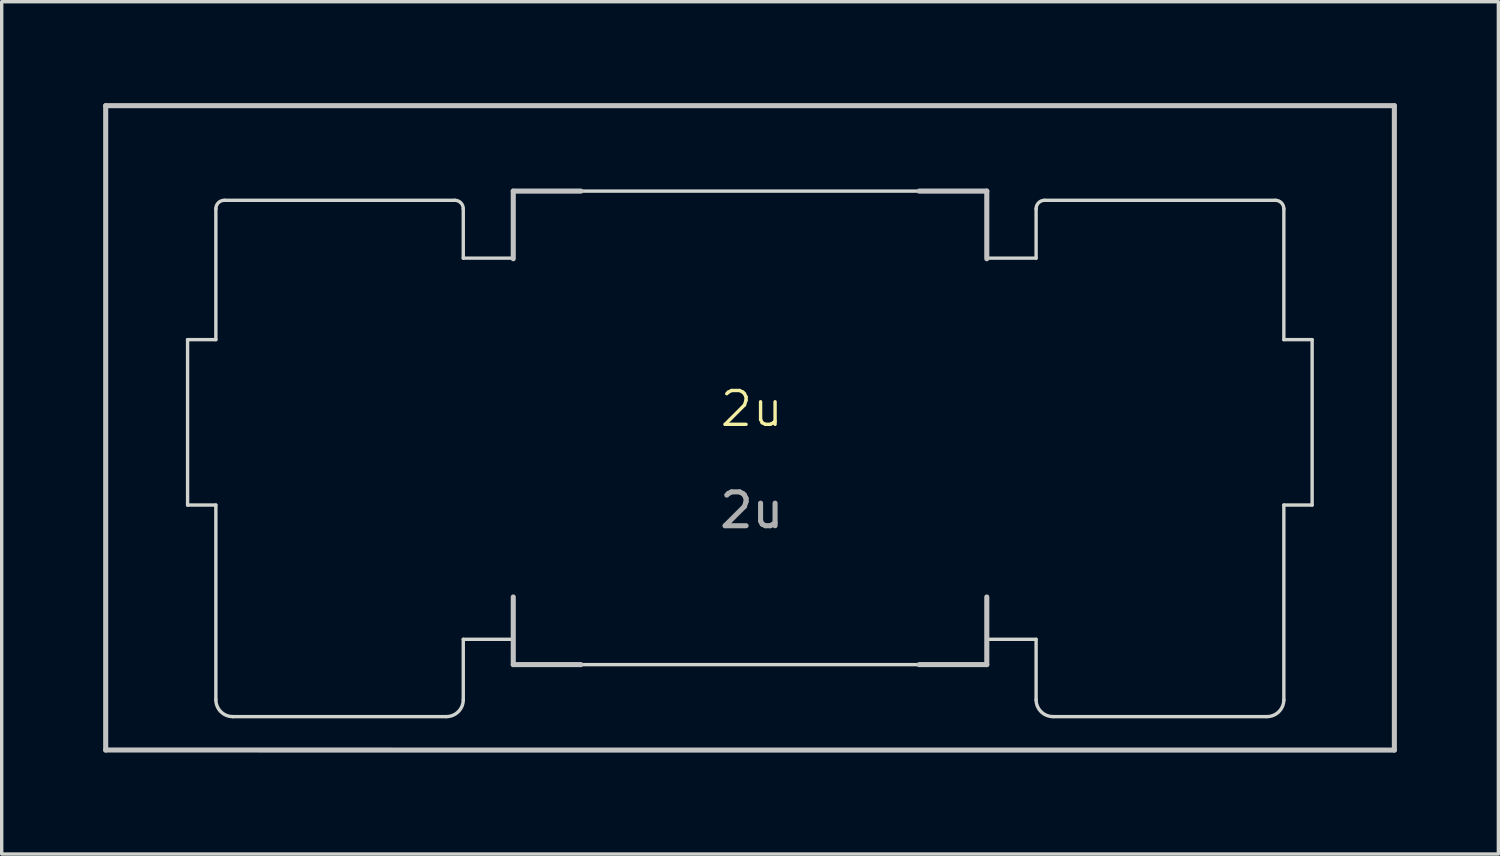
<source format=kicad_pcb>
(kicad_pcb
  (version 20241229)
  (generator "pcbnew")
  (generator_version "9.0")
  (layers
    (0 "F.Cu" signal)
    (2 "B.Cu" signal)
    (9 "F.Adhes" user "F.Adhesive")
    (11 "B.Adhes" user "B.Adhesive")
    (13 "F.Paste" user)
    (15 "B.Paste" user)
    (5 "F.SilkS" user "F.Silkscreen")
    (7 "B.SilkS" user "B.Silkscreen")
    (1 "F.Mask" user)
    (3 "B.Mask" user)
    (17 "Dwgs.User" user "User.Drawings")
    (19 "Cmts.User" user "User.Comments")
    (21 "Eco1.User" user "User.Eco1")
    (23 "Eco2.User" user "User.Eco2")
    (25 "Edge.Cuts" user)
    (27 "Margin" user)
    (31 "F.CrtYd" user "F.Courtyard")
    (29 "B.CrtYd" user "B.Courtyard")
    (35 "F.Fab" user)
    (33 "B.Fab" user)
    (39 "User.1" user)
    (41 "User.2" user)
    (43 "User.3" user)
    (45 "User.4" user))
  (footprint "2u"
    (layer "F.Cu")
    (at 19.175 9.538)
    (property "Reference" "2u" (at 0 -0.5 0) (unlocked yes) (layer "F.SilkS") (effects (font (size 1 1) (thickness 0.1))))
    (attr smd)
    (fp_line (start -19.1 9.587) (end -19.1 -9.463) (stroke (width 0.15) (type solid)) (layer "Dwgs.User"))
    (fp_line (start -7.05 -6.938) (end -7.05 -4.938) (stroke (width 0.15) (type solid)) (layer "Dwgs.User"))
    (fp_line (start -7.05 5.062) (end -7.05 7.062) (stroke (width 0.15) (type solid)) (layer "Dwgs.User"))
    (fp_line (start -7.05 7.062) (end -5.05 7.062) (stroke (width 0.15) (type solid)) (layer "Dwgs.User"))
    (fp_line (start -5.05 -6.938) (end -7.05 -6.938) (stroke (width 0.15) (type solid)) (layer "Dwgs.User"))
    (fp_line (start 4.95 -6.938) (end 6.95 -6.938) (stroke (width 0.15) (type solid)) (layer "Dwgs.User"))
    (fp_line (start 4.95 7.062) (end 6.95 7.062) (stroke (width 0.15) (type solid)) (layer "Dwgs.User"))
    (fp_line (start 6.95 -6.938) (end 6.95 -4.938) (stroke (width 0.15) (type solid)) (layer "Dwgs.User"))
    (fp_line (start 6.95 7.062) (end 6.95 5.062) (stroke (width 0.15) (type solid)) (layer "Dwgs.User"))
    (fp_line (start 19 9.588) (end -19.1 9.587) (stroke (width 0.15) (type solid)) (layer "Dwgs.User"))
    (fp_line (start 19 9.588) (end 19 -9.463) (stroke (width 0.15) (type solid)) (layer "Dwgs.User"))
    (fp_line (start 19 -9.463) (end -19.1 -9.463) (stroke (width 0.15) (type solid)) (layer "Dwgs.User"))
    (fp_curve (pts (xy -16.679 -2.546) (xy -16.679 -2.546) (xy -15.843 -2.546) (xy -15.843 -2.546)) (stroke (width 0.1) (type solid)) (layer "Edge.Cuts"))
    (fp_curve (pts (xy -16.679 2.344) (xy -16.679 2.344) (xy -16.679 -2.546) (xy -16.679 -2.546)) (stroke (width 0.1) (type solid)) (layer "Edge.Cuts"))
    (fp_curve (pts (xy -15.843 -6.416) (xy -15.843 -6.554) (xy -15.731 -6.666) (xy -15.593 -6.666)) (stroke (width 0.1) (type solid)) (layer "Edge.Cuts"))
    (fp_curve (pts (xy -15.843 -2.546) (xy -15.843 -2.546) (xy -15.843 -6.416) (xy -15.843 -6.416)) (stroke (width 0.1) (type solid)) (layer "Edge.Cuts"))
    (fp_curve (pts (xy -15.843 2.344) (xy -15.843 2.344) (xy -16.679 2.344) (xy -16.679 2.344)) (stroke (width 0.1) (type solid)) (layer "Edge.Cuts"))
    (fp_curve (pts (xy -15.843 8.099) (xy -15.843 8.099) (xy -15.843 2.344) (xy -15.843 2.344)) (stroke (width 0.1) (type solid)) (layer "Edge.Cuts"))
    (fp_curve (pts (xy -15.593 -6.666) (xy -15.593 -6.666) (xy -8.778 -6.666) (xy -8.778 -6.666)) (stroke (width 0.1) (type solid)) (layer "Edge.Cuts"))
    (fp_curve (pts (xy -15.343 8.599) (xy -15.62 8.599) (xy -15.843 8.375) (xy -15.843 8.099)) (stroke (width 0.1) (type solid)) (layer "Edge.Cuts"))
    (fp_curve (pts (xy -9.028 8.599) (xy -9.028 8.599) (xy -15.343 8.599) (xy -15.343 8.599)) (stroke (width 0.1) (type solid)) (layer "Edge.Cuts"))
    (fp_curve (pts (xy -8.778 -6.666) (xy -8.64 -6.666) (xy -8.528 -6.554) (xy -8.528 -6.416)) (stroke (width 0.1) (type solid)) (layer "Edge.Cuts"))
    (fp_curve (pts (xy -8.528 -6.416) (xy -8.528 -6.416) (xy -8.528 -4.956) (xy -8.528 -4.956)) (stroke (width 0.1) (type solid)) (layer "Edge.Cuts"))
    (fp_curve (pts (xy -8.528 -4.956) (xy -8.528 -4.956) (xy -7.05 -4.956) (xy -7.05 -4.956)) (stroke (width 0.1) (type solid)) (layer "Edge.Cuts"))
    (fp_curve (pts (xy -8.528 6.314) (xy -8.528 6.314) (xy -8.528 8.099) (xy -8.528 8.099)) (stroke (width 0.1) (type solid)) (layer "Edge.Cuts"))
    (fp_curve (pts (xy -8.528 8.099) (xy -8.528 8.375) (xy -8.752 8.599) (xy -9.028 8.599)) (stroke (width 0.1) (type solid)) (layer "Edge.Cuts"))
    (fp_curve (pts (xy -7.05 -6.938) (xy -7.05 -6.938) (xy 6.95 -6.938) (xy 6.95 -6.938)) (stroke (width 0.1) (type solid)) (layer "Edge.Cuts"))
    (fp_curve (pts (xy -7.05 -4.956) (xy -7.05 -4.956) (xy -7.05 -6.938) (xy -7.05 -6.938)) (stroke (width 0.1) (type solid)) (layer "Edge.Cuts"))
    (fp_curve (pts (xy -7.05 6.314) (xy -7.05 6.314) (xy -8.528 6.314) (xy -8.528 6.314)) (stroke (width 0.1) (type solid)) (layer "Edge.Cuts"))
    (fp_curve (pts (xy -7.05 7.062) (xy -7.05 7.062) (xy -7.05 6.314) (xy -7.05 6.314)) (stroke (width 0.1) (type solid)) (layer "Edge.Cuts"))
    (fp_curve (pts (xy 6.95 -6.938) (xy 6.95 -6.938) (xy 6.95 -4.956) (xy 6.95 -4.956)) (stroke (width 0.1) (type solid)) (layer "Edge.Cuts"))
    (fp_curve (pts (xy 6.95 -4.956) (xy 6.95 -4.956) (xy 8.408 -4.956) (xy 8.408 -4.956)) (stroke (width 0.1) (type solid)) (layer "Edge.Cuts"))
    (fp_curve (pts (xy 6.95 6.314) (xy 6.95 6.314) (xy 6.95 7.062) (xy 6.95 7.062)) (stroke (width 0.1) (type solid)) (layer "Edge.Cuts"))
    (fp_curve (pts (xy 6.95 7.062) (xy 6.95 7.062) (xy -7.05 7.062) (xy -7.05 7.062)) (stroke (width 0.1) (type solid)) (layer "Edge.Cuts"))
    (fp_curve (pts (xy 8.408 -6.416) (xy 8.408 -6.554) (xy 8.52 -6.666) (xy 8.658 -6.666)) (stroke (width 0.1) (type solid)) (layer "Edge.Cuts"))
    (fp_curve (pts (xy 8.408 -4.956) (xy 8.408 -4.956) (xy 8.408 -6.416) (xy 8.408 -6.416)) (stroke (width 0.1) (type solid)) (layer "Edge.Cuts"))
    (fp_curve (pts (xy 8.408 6.314) (xy 8.408 6.314) (xy 6.95 6.314) (xy 6.95 6.314)) (stroke (width 0.1) (type solid)) (layer "Edge.Cuts"))
    (fp_curve (pts (xy 8.408 8.099) (xy 8.408 8.099) (xy 8.408 6.314) (xy 8.408 6.314)) (stroke (width 0.1) (type solid)) (layer "Edge.Cuts"))
    (fp_curve (pts (xy 8.658 -6.666) (xy 8.658 -6.666) (xy 15.483 -6.666) (xy 15.483 -6.666)) (stroke (width 0.1) (type solid)) (layer "Edge.Cuts"))
    (fp_curve (pts (xy 8.908 8.599) (xy 8.632 8.599) (xy 8.408 8.375) (xy 8.408 8.099)) (stroke (width 0.1) (type solid)) (layer "Edge.Cuts"))
    (fp_curve (pts (xy 15.233 8.599) (xy 15.233 8.599) (xy 8.908 8.599) (xy 8.908 8.599)) (stroke (width 0.1) (type solid)) (layer "Edge.Cuts"))
    (fp_curve (pts (xy 15.483 -6.666) (xy 15.621 -6.666) (xy 15.733 -6.554) (xy 15.733 -6.416)) (stroke (width 0.1) (type solid)) (layer "Edge.Cuts"))
    (fp_curve (pts (xy 15.733 -6.416) (xy 15.733 -6.416) (xy 15.733 -2.546) (xy 15.733 -2.546)) (stroke (width 0.1) (type solid)) (layer "Edge.Cuts"))
    (fp_curve (pts (xy 15.733 -2.546) (xy 15.733 -2.546) (xy 16.569 -2.546) (xy 16.569 -2.546)) (stroke (width 0.1) (type solid)) (layer "Edge.Cuts"))
    (fp_curve (pts (xy 15.733 2.344) (xy 15.733 2.344) (xy 15.733 8.099) (xy 15.733 8.099)) (stroke (width 0.1) (type solid)) (layer "Edge.Cuts"))
    (fp_curve (pts (xy 15.733 8.099) (xy 15.733 8.375) (xy 15.509 8.599) (xy 15.233 8.599)) (stroke (width 0.1) (type solid)) (layer "Edge.Cuts"))
    (fp_curve (pts (xy 16.569 -2.546) (xy 16.569 -2.546) (xy 16.569 2.344) (xy 16.569 2.344)) (stroke (width 0.1) (type solid)) (layer "Edge.Cuts"))
    (fp_curve (pts (xy 16.569 2.344) (xy 16.569 2.344) (xy 15.733 2.344) (xy 15.733 2.344)) (stroke (width 0.1) (type solid)) (layer "Edge.Cuts"))
    (fp_text user "${REFERENCE}" (at 0 2.5 0) (unlocked yes) (layer "F.Fab") (effects (font (size 1 1) (thickness 0.15)))))
  (gr_rect
    (start -3 -3)
    (end 41.25 22.2)
    (stroke (width 0.1) (type default))
    (fill no)
    (layer "Edge.Cuts")))
</source>
